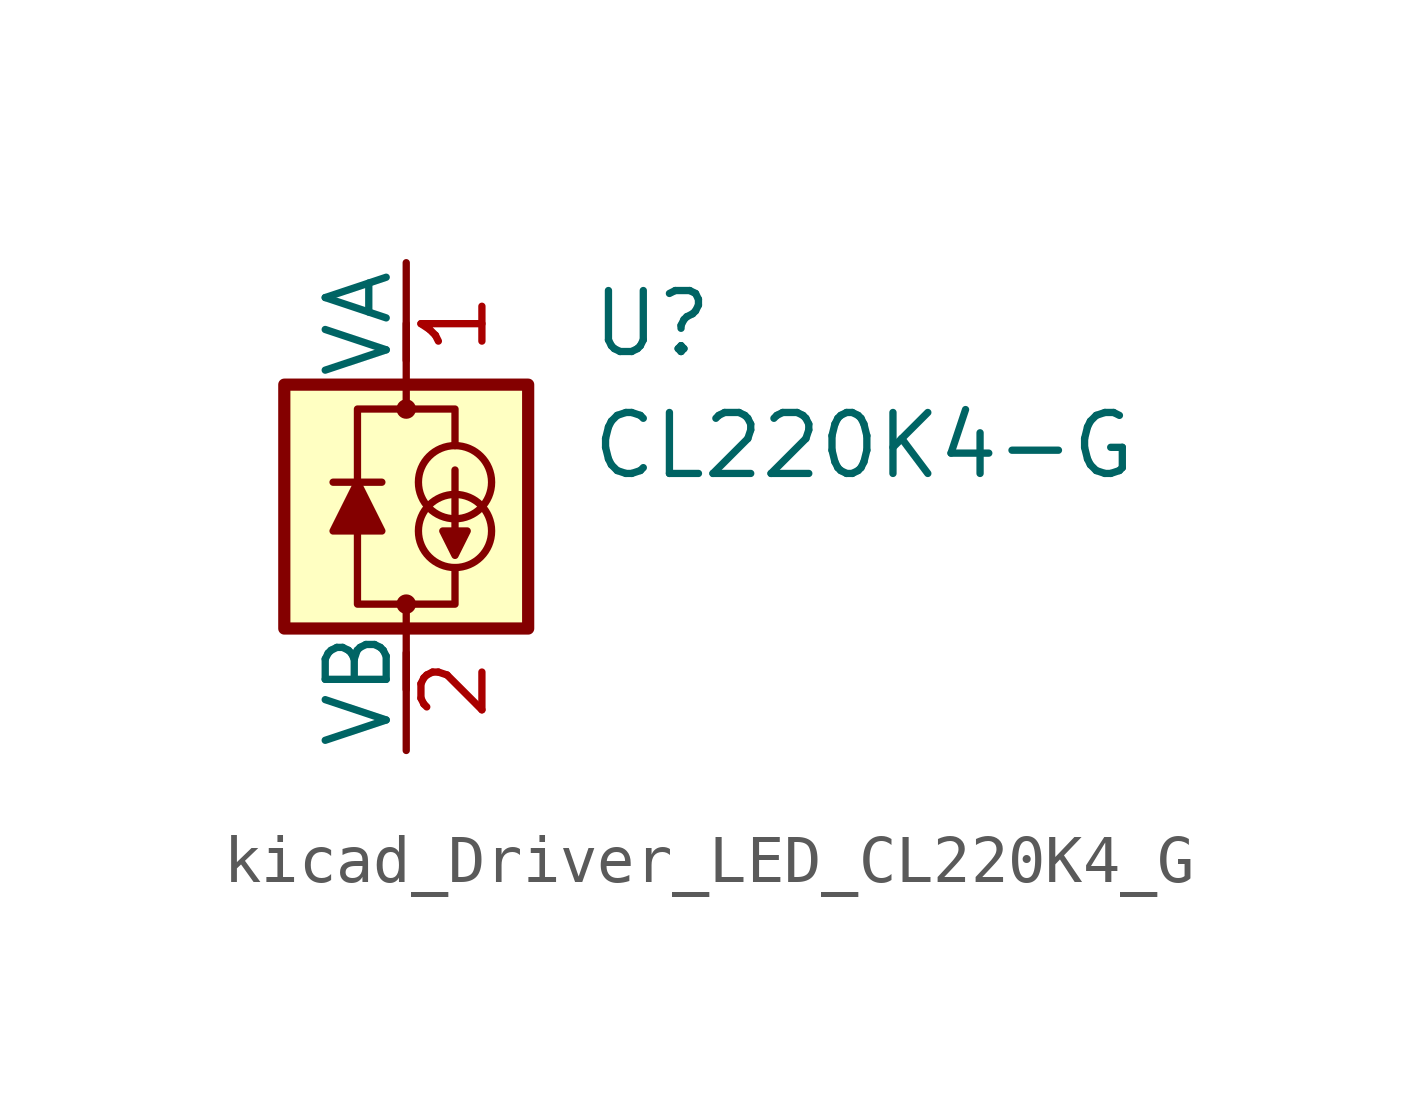
<source format=kicad_sym>
(kicad_symbol_lib
  (version 20220914)
  (generator kicad_symbol_editor)
  (symbol "kicad_Driver_LED_CL220K4_G"
    (pin_names
      (offset 0))
    (property "Reference" "U"
      (at 3.81 3.81 0)
      (effects (font (size 1.27 1.27)) (justify left)))
    (property "Value" "CL220K4-G"
      (at 3.81 1.27 0)
      (effects (font (size 1.27 1.27)) (justify left)))
    (symbol "kicad_Driver_LED_CL220K4_G_0_1"
      (rectangle (start -2.54 2.54) (end 2.54 -2.54) (stroke (width 0.254) (type default)) (fill (type background)))
      (circle (center 0 -2.032) (radius 0.127) (stroke (width 0) (type default)) (fill (type none)))
      (polyline (pts (xy -1.524 0.508) (xy -0.508 0.508)) (stroke (width 0) (type default)) (fill (type none)))
      (polyline (pts (xy 0 -3.048) (xy 0 -3.81)) (stroke (width 0) (type default)) (fill (type none)))
      (polyline (pts (xy 0 -2.032) (xy 0 -2.54)) (stroke (width 0) (type default)) (fill (type none)))
      (polyline (pts (xy 0 2.032) (xy 0 2.54)) (stroke (width 0) (type default)) (fill (type none)))
      (polyline (pts (xy 0 3.048) (xy 0 3.81)) (stroke (width 0) (type default)) (fill (type none)))
      (polyline (pts (xy -1.016 -0.508) (xy -1.016 -2.032) (xy 1.016 -2.032) (xy 1.016 -1.27)) (stroke (width 0) (type default)) (fill (type none)))
      (polyline (pts (xy -1.016 0.508) (xy -1.524 -0.508) (xy -0.508 -0.508) (xy -1.016 0.508)) (stroke (width 0) (type default)) (fill (type outline)))
      (polyline (pts (xy 1.016 1.27) (xy 1.016 2.032) (xy -1.016 2.032) (xy -1.016 0.508)) (stroke (width 0) (type default)) (fill (type none)))
      (polyline (pts (xy 1.016 0.762) (xy 1.016 -1.016) (xy 0.762 -0.508) (xy 1.27 -0.508) (xy 1.016 -1.016)) (stroke (width 0) (type default)) (fill (type outline)))
      (circle (center 0 2.032) (radius 0.127) (stroke (width 0) (type default)) (fill (type none)))
      (circle (center 1.016 -0.508) (radius 0.762) (stroke (width 0) (type default)) (fill (type none)))
      (circle (center 1.016 0.508) (radius 0.762) (stroke (width 0) (type default)) (fill (type none))))
    (symbol "kicad_Driver_LED_CL220K4_G_1_1"
      (pin input line (at 0 5.08 270) (length 2.54) (name "VA" (effects (font (size 1.27 1.27)))) (number "1" (effects (font (size 1.27 1.27)))))
      (pin input line (at 0 -5.08 90) (length 2.54) (name "VB" (effects (font (size 1.27 1.27)))) (number "2" (effects (font (size 1.27 1.27)))))
      (pin no_connect line (at 0 -2.54 90) (length 2.54) hide (name "NC" (effects (font (size 1.27 1.27)))) (number "3" (effects (font (size 1.27 1.27))))))))
</source>
